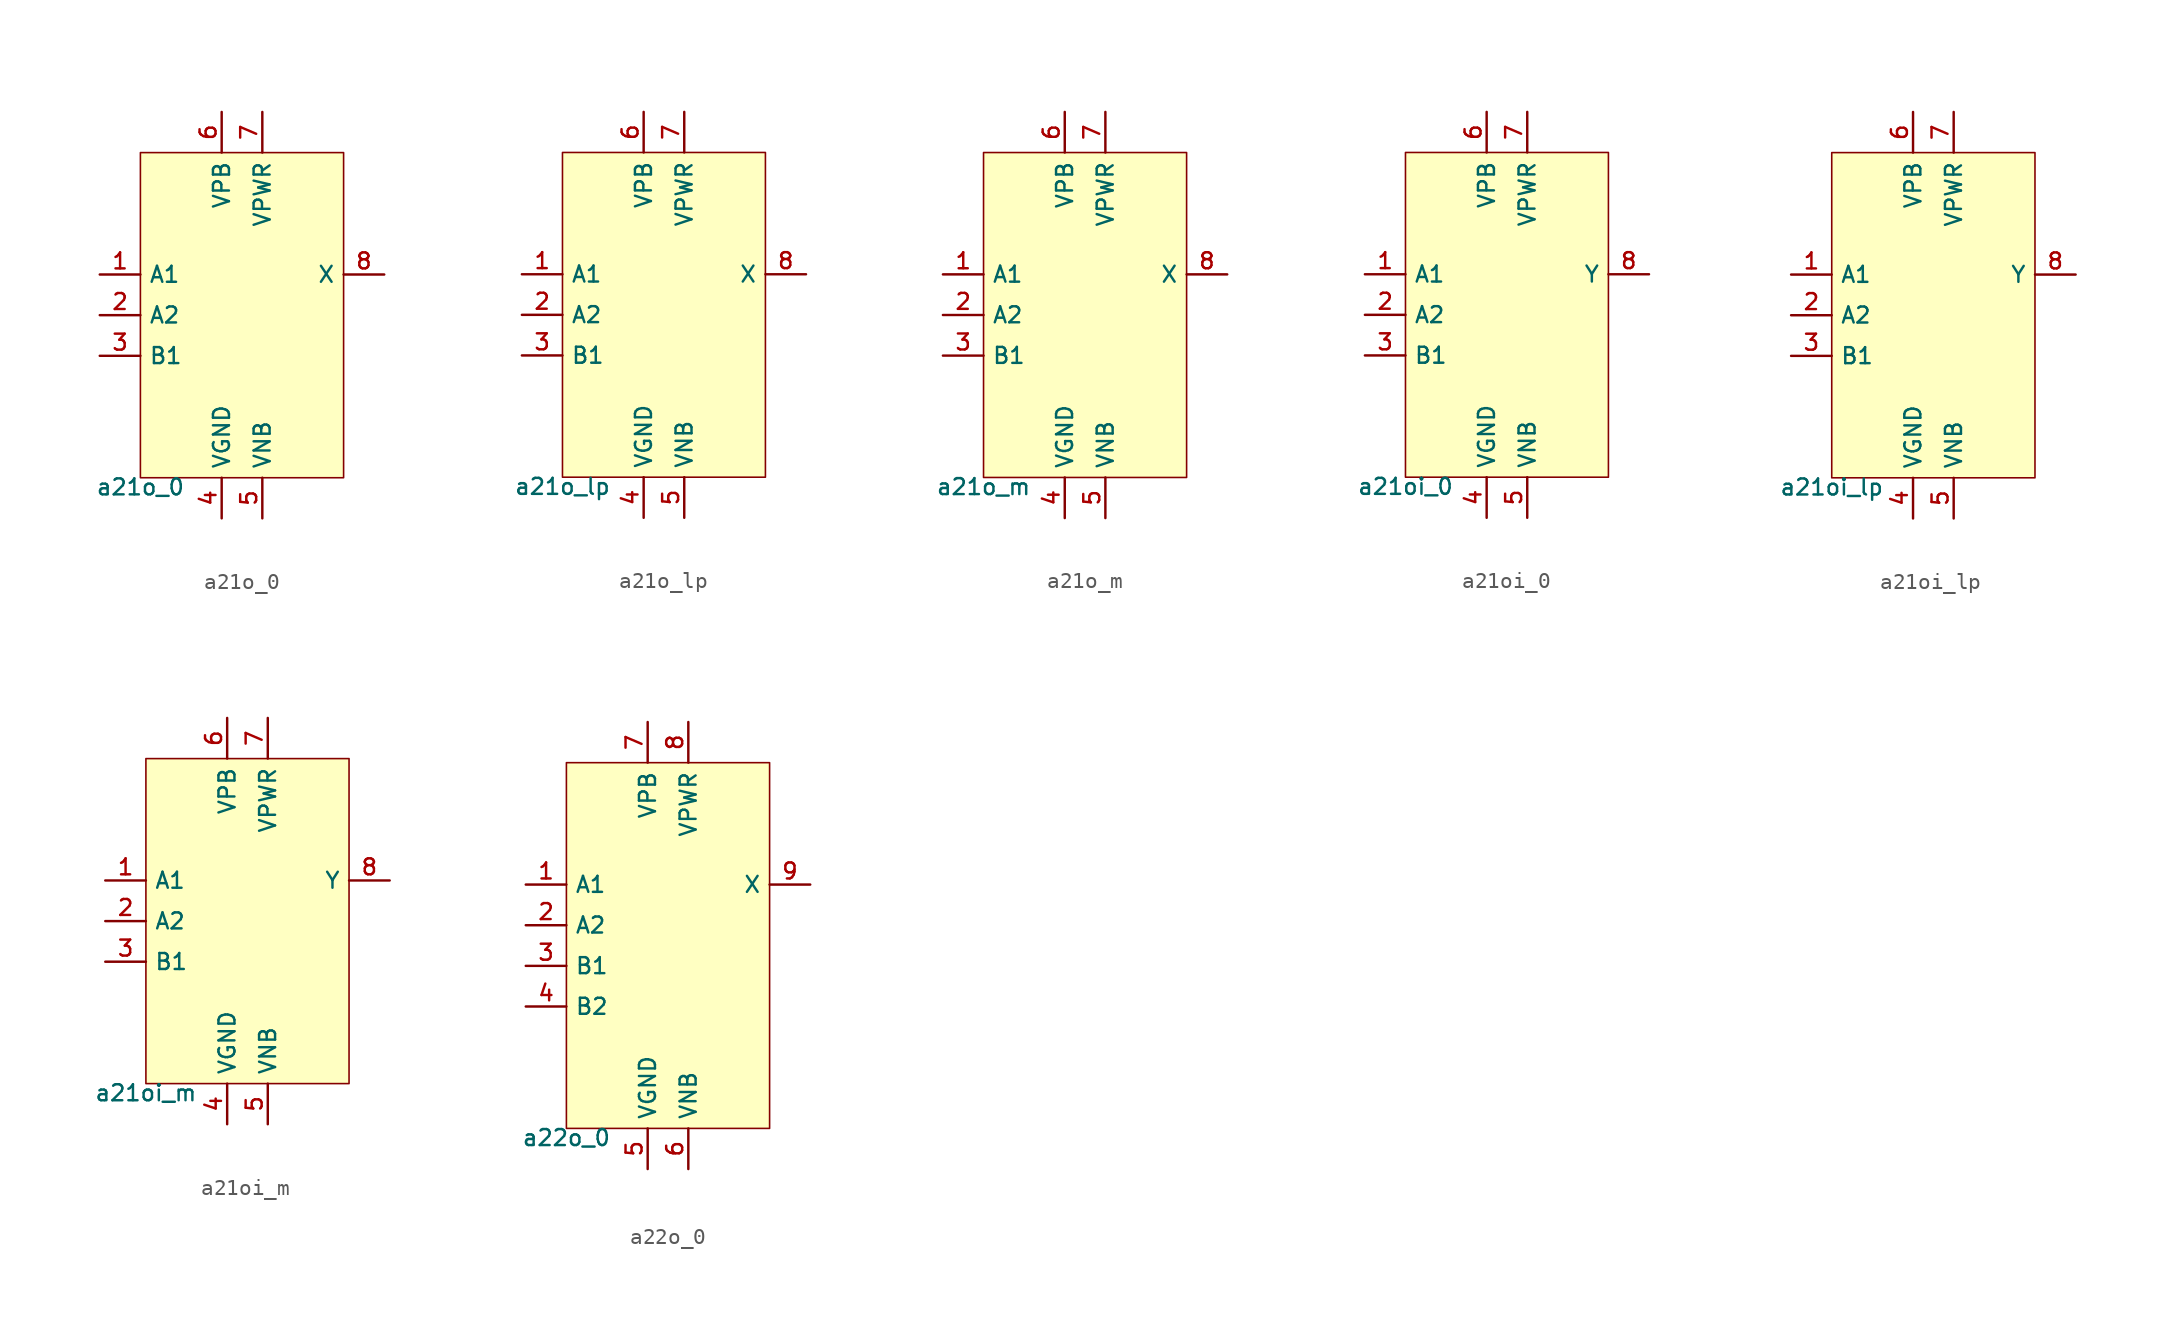
<source format=kicad_sym>
(kicad_symbol_lib
  (version 20211014)
  (generator pdk2kicad)
  (symbol "a21o_0"
    (property "Reference" "X"
      (at 0 0 0)
      (effects (font (size 1 1)) hide))
    (property "Value" "a21o_0"
      (at -6.35 -10.16 0)
      (effects (font (size 1 1)) (justify top)))
    (rectangle
      (start -6.35 -10.16)
      (end 6.35 10.16)
      (stroke (width 0.1) (type solid) (color 0 0 0 0))
      (fill (type background)))
    (pin input line
      (at -8.89 2.54 0)
      (length 2.54)
      (name "A1" (effects (font (size 1 1)) hide))
      (number "1" (effects (font (size 1 1)) hide)))
    (pin input line
      (at -8.89 0.0 0)
      (length 2.54)
      (name "A2" (effects (font (size 1 1)) hide))
      (number "2" (effects (font (size 1 1)) hide)))
    (pin input line
      (at -8.89 -2.54 0)
      (length 2.54)
      (name "B1" (effects (font (size 1 1)) hide))
      (number "3" (effects (font (size 1 1)) hide)))
    (pin power_in line
      (at -1.27 -12.7 90)
      (length 2.54)
      (name "VGND" (effects (font (size 1 1)) hide))
      (number "4" (effects (font (size 1 1)) hide)))
    (pin power_in line
      (at 1.27 -12.7 90)
      (length 2.54)
      (name "VNB" (effects (font (size 1 1)) hide))
      (number "5" (effects (font (size 1 1)) hide)))
    (pin power_in line
      (at -1.27 12.7 270)
      (length 2.54)
      (name "VPB" (effects (font (size 1 1)) hide))
      (number "6" (effects (font (size 1 1)) hide)))
    (pin power_in line
      (at 1.27 12.7 270)
      (length 2.54)
      (name "VPWR" (effects (font (size 1 1)) hide))
      (number "7" (effects (font (size 1 1)) hide)))
    (pin output line
      (at 8.89 2.54 180)
      (length 2.54)
      (name "X" (effects (font (size 1 1)) hide))
      (number "8" (effects (font (size 1 1)) hide))))
  (symbol "a21o_lp"
    (property "Reference" "X"
      (at 0 0 0)
      (effects (font (size 1 1)) hide))
    (property "Value" "a21o_lp"
      (at -6.35 -10.16 0)
      (effects (font (size 1 1)) (justify top)))
    (rectangle
      (start -6.35 -10.16)
      (end 6.35 10.16)
      (stroke (width 0.1) (type solid) (color 0 0 0 0))
      (fill (type background)))
    (pin input line
      (at -8.89 2.54 0)
      (length 2.54)
      (name "A1" (effects (font (size 1 1)) hide))
      (number "1" (effects (font (size 1 1)) hide)))
    (pin input line
      (at -8.89 0.0 0)
      (length 2.54)
      (name "A2" (effects (font (size 1 1)) hide))
      (number "2" (effects (font (size 1 1)) hide)))
    (pin input line
      (at -8.89 -2.54 0)
      (length 2.54)
      (name "B1" (effects (font (size 1 1)) hide))
      (number "3" (effects (font (size 1 1)) hide)))
    (pin power_in line
      (at -1.27 -12.7 90)
      (length 2.54)
      (name "VGND" (effects (font (size 1 1)) hide))
      (number "4" (effects (font (size 1 1)) hide)))
    (pin power_in line
      (at 1.27 -12.7 90)
      (length 2.54)
      (name "VNB" (effects (font (size 1 1)) hide))
      (number "5" (effects (font (size 1 1)) hide)))
    (pin power_in line
      (at -1.27 12.7 270)
      (length 2.54)
      (name "VPB" (effects (font (size 1 1)) hide))
      (number "6" (effects (font (size 1 1)) hide)))
    (pin power_in line
      (at 1.27 12.7 270)
      (length 2.54)
      (name "VPWR" (effects (font (size 1 1)) hide))
      (number "7" (effects (font (size 1 1)) hide)))
    (pin output line
      (at 8.89 2.54 180)
      (length 2.54)
      (name "X" (effects (font (size 1 1)) hide))
      (number "8" (effects (font (size 1 1)) hide))))
  (symbol "a21o_m"
    (property "Reference" "X"
      (at 0 0 0)
      (effects (font (size 1 1)) hide))
    (property "Value" "a21o_m"
      (at -6.35 -10.16 0)
      (effects (font (size 1 1)) (justify top)))
    (rectangle
      (start -6.35 -10.16)
      (end 6.35 10.16)
      (stroke (width 0.1) (type solid) (color 0 0 0 0))
      (fill (type background)))
    (pin input line
      (at -8.89 2.54 0)
      (length 2.54)
      (name "A1" (effects (font (size 1 1)) hide))
      (number "1" (effects (font (size 1 1)) hide)))
    (pin input line
      (at -8.89 0.0 0)
      (length 2.54)
      (name "A2" (effects (font (size 1 1)) hide))
      (number "2" (effects (font (size 1 1)) hide)))
    (pin input line
      (at -8.89 -2.54 0)
      (length 2.54)
      (name "B1" (effects (font (size 1 1)) hide))
      (number "3" (effects (font (size 1 1)) hide)))
    (pin power_in line
      (at -1.27 -12.7 90)
      (length 2.54)
      (name "VGND" (effects (font (size 1 1)) hide))
      (number "4" (effects (font (size 1 1)) hide)))
    (pin power_in line
      (at 1.27 -12.7 90)
      (length 2.54)
      (name "VNB" (effects (font (size 1 1)) hide))
      (number "5" (effects (font (size 1 1)) hide)))
    (pin power_in line
      (at -1.27 12.7 270)
      (length 2.54)
      (name "VPB" (effects (font (size 1 1)) hide))
      (number "6" (effects (font (size 1 1)) hide)))
    (pin power_in line
      (at 1.27 12.7 270)
      (length 2.54)
      (name "VPWR" (effects (font (size 1 1)) hide))
      (number "7" (effects (font (size 1 1)) hide)))
    (pin output line
      (at 8.89 2.54 180)
      (length 2.54)
      (name "X" (effects (font (size 1 1)) hide))
      (number "8" (effects (font (size 1 1)) hide))))
  (symbol "a21oi_0"
    (property "Reference" "X"
      (at 0 0 0)
      (effects (font (size 1 1)) hide))
    (property "Value" "a21oi_0"
      (at -6.35 -10.16 0)
      (effects (font (size 1 1)) (justify top)))
    (rectangle
      (start -6.35 -10.16)
      (end 6.35 10.16)
      (stroke (width 0.1) (type solid) (color 0 0 0 0))
      (fill (type background)))
    (pin input line
      (at -8.89 2.54 0)
      (length 2.54)
      (name "A1" (effects (font (size 1 1)) hide))
      (number "1" (effects (font (size 1 1)) hide)))
    (pin input line
      (at -8.89 0.0 0)
      (length 2.54)
      (name "A2" (effects (font (size 1 1)) hide))
      (number "2" (effects (font (size 1 1)) hide)))
    (pin input line
      (at -8.89 -2.54 0)
      (length 2.54)
      (name "B1" (effects (font (size 1 1)) hide))
      (number "3" (effects (font (size 1 1)) hide)))
    (pin power_in line
      (at -1.27 -12.7 90)
      (length 2.54)
      (name "VGND" (effects (font (size 1 1)) hide))
      (number "4" (effects (font (size 1 1)) hide)))
    (pin power_in line
      (at 1.27 -12.7 90)
      (length 2.54)
      (name "VNB" (effects (font (size 1 1)) hide))
      (number "5" (effects (font (size 1 1)) hide)))
    (pin power_in line
      (at -1.27 12.7 270)
      (length 2.54)
      (name "VPB" (effects (font (size 1 1)) hide))
      (number "6" (effects (font (size 1 1)) hide)))
    (pin power_in line
      (at 1.27 12.7 270)
      (length 2.54)
      (name "VPWR" (effects (font (size 1 1)) hide))
      (number "7" (effects (font (size 1 1)) hide)))
    (pin output line
      (at 8.89 2.54 180)
      (length 2.54)
      (name "Y" (effects (font (size 1 1)) hide))
      (number "8" (effects (font (size 1 1)) hide))))
  (symbol "a21oi_lp"
    (property "Reference" "X"
      (at 0 0 0)
      (effects (font (size 1 1)) hide))
    (property "Value" "a21oi_lp"
      (at -6.35 -10.16 0)
      (effects (font (size 1 1)) (justify top)))
    (rectangle
      (start -6.35 -10.16)
      (end 6.35 10.16)
      (stroke (width 0.1) (type solid) (color 0 0 0 0))
      (fill (type background)))
    (pin input line
      (at -8.89 2.54 0)
      (length 2.54)
      (name "A1" (effects (font (size 1 1)) hide))
      (number "1" (effects (font (size 1 1)) hide)))
    (pin input line
      (at -8.89 0.0 0)
      (length 2.54)
      (name "A2" (effects (font (size 1 1)) hide))
      (number "2" (effects (font (size 1 1)) hide)))
    (pin input line
      (at -8.89 -2.54 0)
      (length 2.54)
      (name "B1" (effects (font (size 1 1)) hide))
      (number "3" (effects (font (size 1 1)) hide)))
    (pin power_in line
      (at -1.27 -12.7 90)
      (length 2.54)
      (name "VGND" (effects (font (size 1 1)) hide))
      (number "4" (effects (font (size 1 1)) hide)))
    (pin power_in line
      (at 1.27 -12.7 90)
      (length 2.54)
      (name "VNB" (effects (font (size 1 1)) hide))
      (number "5" (effects (font (size 1 1)) hide)))
    (pin power_in line
      (at -1.27 12.7 270)
      (length 2.54)
      (name "VPB" (effects (font (size 1 1)) hide))
      (number "6" (effects (font (size 1 1)) hide)))
    (pin power_in line
      (at 1.27 12.7 270)
      (length 2.54)
      (name "VPWR" (effects (font (size 1 1)) hide))
      (number "7" (effects (font (size 1 1)) hide)))
    (pin output line
      (at 8.89 2.54 180)
      (length 2.54)
      (name "Y" (effects (font (size 1 1)) hide))
      (number "8" (effects (font (size 1 1)) hide))))
  (symbol "a21oi_m"
    (property "Reference" "X"
      (at 0 0 0)
      (effects (font (size 1 1)) hide))
    (property "Value" "a21oi_m"
      (at -6.35 -10.16 0)
      (effects (font (size 1 1)) (justify top)))
    (rectangle
      (start -6.35 -10.16)
      (end 6.35 10.16)
      (stroke (width 0.1) (type solid) (color 0 0 0 0))
      (fill (type background)))
    (pin input line
      (at -8.89 2.54 0)
      (length 2.54)
      (name "A1" (effects (font (size 1 1)) hide))
      (number "1" (effects (font (size 1 1)) hide)))
    (pin input line
      (at -8.89 0.0 0)
      (length 2.54)
      (name "A2" (effects (font (size 1 1)) hide))
      (number "2" (effects (font (size 1 1)) hide)))
    (pin input line
      (at -8.89 -2.54 0)
      (length 2.54)
      (name "B1" (effects (font (size 1 1)) hide))
      (number "3" (effects (font (size 1 1)) hide)))
    (pin power_in line
      (at -1.27 -12.7 90)
      (length 2.54)
      (name "VGND" (effects (font (size 1 1)) hide))
      (number "4" (effects (font (size 1 1)) hide)))
    (pin power_in line
      (at 1.27 -12.7 90)
      (length 2.54)
      (name "VNB" (effects (font (size 1 1)) hide))
      (number "5" (effects (font (size 1 1)) hide)))
    (pin power_in line
      (at -1.27 12.7 270)
      (length 2.54)
      (name "VPB" (effects (font (size 1 1)) hide))
      (number "6" (effects (font (size 1 1)) hide)))
    (pin power_in line
      (at 1.27 12.7 270)
      (length 2.54)
      (name "VPWR" (effects (font (size 1 1)) hide))
      (number "7" (effects (font (size 1 1)) hide)))
    (pin output line
      (at 8.89 2.54 180)
      (length 2.54)
      (name "Y" (effects (font (size 1 1)) hide))
      (number "8" (effects (font (size 1 1)) hide))))
  (symbol "a22o_0"
    (property "Reference" "X"
      (at 0 0 0)
      (effects (font (size 1 1)) hide))
    (property "Value" "a22o_0"
      (at -6.35 -11.43 0)
      (effects (font (size 1 1)) (justify top)))
    (rectangle
      (start -6.35 -11.43)
      (end 6.35 11.43)
      (stroke (width 0.1) (type solid) (color 0 0 0 0))
      (fill (type background)))
    (pin input line
      (at -8.89 3.81 0)
      (length 2.54)
      (name "A1" (effects (font (size 1 1)) hide))
      (number "1" (effects (font (size 1 1)) hide)))
    (pin input line
      (at -8.89 1.27 0)
      (length 2.54)
      (name "A2" (effects (font (size 1 1)) hide))
      (number "2" (effects (font (size 1 1)) hide)))
    (pin input line
      (at -8.89 -1.27 0)
      (length 2.54)
      (name "B1" (effects (font (size 1 1)) hide))
      (number "3" (effects (font (size 1 1)) hide)))
    (pin input line
      (at -8.89 -3.81 0)
      (length 2.54)
      (name "B2" (effects (font (size 1 1)) hide))
      (number "4" (effects (font (size 1 1)) hide)))
    (pin power_in line
      (at -1.27 -13.97 90)
      (length 2.54)
      (name "VGND" (effects (font (size 1 1)) hide))
      (number "5" (effects (font (size 1 1)) hide)))
    (pin power_in line
      (at 1.27 -13.97 90)
      (length 2.54)
      (name "VNB" (effects (font (size 1 1)) hide))
      (number "6" (effects (font (size 1 1)) hide)))
    (pin power_in line
      (at -1.27 13.97 270)
      (length 2.54)
      (name "VPB" (effects (font (size 1 1)) hide))
      (number "7" (effects (font (size 1 1)) hide)))
    (pin power_in line
      (at 1.27 13.97 270)
      (length 2.54)
      (name "VPWR" (effects (font (size 1 1)) hide))
      (number "8" (effects (font (size 1 1)) hide)))
    (pin output line
      (at 8.89 3.81 180)
      (length 2.54)
      (name "X" (effects (font (size 1 1)) hide))
      (number "9" (effects (font (size 1 1)) hide)))))
</source>
